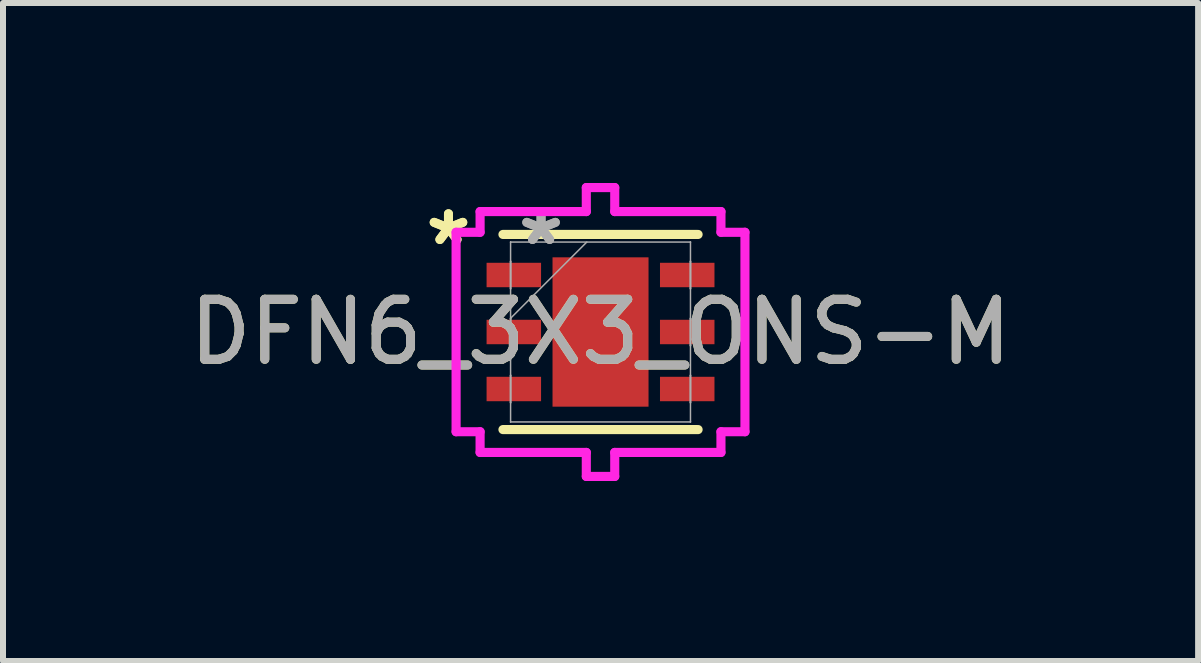
<source format=kicad_pcb>
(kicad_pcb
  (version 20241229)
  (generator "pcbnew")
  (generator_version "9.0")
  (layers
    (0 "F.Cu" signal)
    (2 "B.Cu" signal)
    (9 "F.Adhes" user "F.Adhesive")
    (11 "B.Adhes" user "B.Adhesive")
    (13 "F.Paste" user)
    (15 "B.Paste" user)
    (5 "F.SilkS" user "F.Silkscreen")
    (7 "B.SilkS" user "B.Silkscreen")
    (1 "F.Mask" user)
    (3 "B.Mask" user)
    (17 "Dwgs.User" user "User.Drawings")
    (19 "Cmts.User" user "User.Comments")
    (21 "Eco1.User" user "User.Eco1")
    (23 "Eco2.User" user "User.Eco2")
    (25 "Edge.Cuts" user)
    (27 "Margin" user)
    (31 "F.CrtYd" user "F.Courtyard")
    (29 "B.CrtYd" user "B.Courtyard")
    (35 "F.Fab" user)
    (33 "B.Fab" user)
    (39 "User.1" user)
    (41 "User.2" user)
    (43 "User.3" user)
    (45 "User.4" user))
  (footprint "DFN6_3X3_ONS-M"
    (layer "F.Cu")
    (at 6.958 2.483)
    (property "Reference" "DFN6_3X3_ONS-M" (at 0 0 0) (unlocked yes) (layer "F.SilkS") (effects (font (size 1 1) (thickness 0.15))))
    (attr smd)
    (fp_line (start -1.626 1.626) (end 1.626 1.626) (stroke (width 0.152) (type solid)) (layer "F.SilkS"))
    (fp_line (start 1.626 -1.626) (end -1.626 -1.626) (stroke (width 0.152) (type solid)) (layer "F.SilkS"))
    (fp_line (start -2.407 -1.662) (end -2.007 -1.662) (stroke (width 0.152) (type solid)) (layer "F.CrtYd"))
    (fp_line (start -2.407 1.662) (end -2.407 -1.662) (stroke (width 0.152) (type solid)) (layer "F.CrtYd"))
    (fp_line (start -2.007 -2.007) (end -0.237 -2.007) (stroke (width 0.152) (type solid)) (layer "F.CrtYd"))
    (fp_line (start -2.007 -1.662) (end -2.007 -2.007) (stroke (width 0.152) (type solid)) (layer "F.CrtYd"))
    (fp_line (start -2.007 1.662) (end -2.407 1.662) (stroke (width 0.152) (type solid)) (layer "F.CrtYd"))
    (fp_line (start -2.007 2.007) (end -2.007 1.662) (stroke (width 0.152) (type solid)) (layer "F.CrtYd"))
    (fp_line (start -0.237 -2.407) (end 0.237 -2.407) (stroke (width 0.152) (type solid)) (layer "F.CrtYd"))
    (fp_line (start -0.237 -2.007) (end -0.237 -2.407) (stroke (width 0.152) (type solid)) (layer "F.CrtYd"))
    (fp_line (start -0.237 2.007) (end -2.007 2.007) (stroke (width 0.152) (type solid)) (layer "F.CrtYd"))
    (fp_line (start -0.237 2.407) (end -0.237 2.007) (stroke (width 0.152) (type solid)) (layer "F.CrtYd"))
    (fp_line (start 0.237 -2.407) (end 0.237 -2.007) (stroke (width 0.152) (type solid)) (layer "F.CrtYd"))
    (fp_line (start 0.237 -2.007) (end 2.007 -2.007) (stroke (width 0.152) (type solid)) (layer "F.CrtYd"))
    (fp_line (start 0.237 2.007) (end 0.237 2.407) (stroke (width 0.152) (type solid)) (layer "F.CrtYd"))
    (fp_line (start 0.237 2.407) (end -0.237 2.407) (stroke (width 0.152) (type solid)) (layer "F.CrtYd"))
    (fp_line (start 2.007 -2.007) (end 2.007 -1.662) (stroke (width 0.152) (type solid)) (layer "F.CrtYd"))
    (fp_line (start 2.007 -1.662) (end 2.407 -1.662) (stroke (width 0.152) (type solid)) (layer "F.CrtYd"))
    (fp_line (start 2.007 1.662) (end 2.007 2.007) (stroke (width 0.152) (type solid)) (layer "F.CrtYd"))
    (fp_line (start 2.007 2.007) (end 0.237 2.007) (stroke (width 0.152) (type solid)) (layer "F.CrtYd"))
    (fp_line (start 2.407 -1.662) (end 2.407 1.662) (stroke (width 0.152) (type solid)) (layer "F.CrtYd"))
    (fp_line (start 2.407 1.662) (end 2.007 1.662) (stroke (width 0.152) (type solid)) (layer "F.CrtYd"))
    (fp_line (start -1.499 -1.499) (end -1.499 -1.499) (stroke (width 0.025) (type solid)) (layer "F.Fab"))
    (fp_line (start -1.499 -1.499) (end -1.499 1.499) (stroke (width 0.025) (type solid)) (layer "F.Fab"))
    (fp_line (start -1.499 -1.179) (end -1.499 -1.179) (stroke (width 0.025) (type solid)) (layer "F.Fab"))
    (fp_line (start -1.499 -1.179) (end -1.499 -0.721) (stroke (width 0.025) (type solid)) (layer "F.Fab"))
    (fp_line (start -1.499 -0.721) (end -1.499 -1.179) (stroke (width 0.025) (type solid)) (layer "F.Fab"))
    (fp_line (start -1.499 -0.721) (end -1.499 -0.721) (stroke (width 0.025) (type solid)) (layer "F.Fab"))
    (fp_line (start -1.499 -0.229) (end -1.499 -0.229) (stroke (width 0.025) (type solid)) (layer "F.Fab"))
    (fp_line (start -1.499 -0.229) (end -1.499 0.229) (stroke (width 0.025) (type solid)) (layer "F.Fab"))
    (fp_line (start -1.499 -0.229) (end -0.229 -1.499) (stroke (width 0.025) (type solid)) (layer "F.Fab"))
    (fp_line (start -1.499 0.229) (end -1.499 -0.229) (stroke (width 0.025) (type solid)) (layer "F.Fab"))
    (fp_line (start -1.499 0.229) (end -1.499 0.229) (stroke (width 0.025) (type solid)) (layer "F.Fab"))
    (fp_line (start -1.499 0.721) (end -1.499 0.721) (stroke (width 0.025) (type solid)) (layer "F.Fab"))
    (fp_line (start -1.499 0.721) (end -1.499 1.179) (stroke (width 0.025) (type solid)) (layer "F.Fab"))
    (fp_line (start -1.499 1.179) (end -1.499 0.721) (stroke (width 0.025) (type solid)) (layer "F.Fab"))
    (fp_line (start -1.499 1.179) (end -1.499 1.179) (stroke (width 0.025) (type solid)) (layer "F.Fab"))
    (fp_line (start -1.499 1.499) (end -1.499 1.499) (stroke (width 0.025) (type solid)) (layer "F.Fab"))
    (fp_line (start -1.499 1.499) (end 1.499 1.499) (stroke (width 0.025) (type solid)) (layer "F.Fab"))
    (fp_line (start 1.499 -1.499) (end -1.499 -1.499) (stroke (width 0.025) (type solid)) (layer "F.Fab"))
    (fp_line (start 1.499 -1.499) (end 1.499 -1.499) (stroke (width 0.025) (type solid)) (layer "F.Fab"))
    (fp_line (start 1.499 -1.179) (end 1.499 -1.179) (stroke (width 0.025) (type solid)) (layer "F.Fab"))
    (fp_line (start 1.499 -1.179) (end 1.499 -0.721) (stroke (width 0.025) (type solid)) (layer "F.Fab"))
    (fp_line (start 1.499 -0.721) (end 1.499 -1.179) (stroke (width 0.025) (type solid)) (layer "F.Fab"))
    (fp_line (start 1.499 -0.721) (end 1.499 -0.721) (stroke (width 0.025) (type solid)) (layer "F.Fab"))
    (fp_line (start 1.499 -0.229) (end 1.499 -0.229) (stroke (width 0.025) (type solid)) (layer "F.Fab"))
    (fp_line (start 1.499 -0.229) (end 1.499 0.229) (stroke (width 0.025) (type solid)) (layer "F.Fab"))
    (fp_line (start 1.499 0.229) (end 1.499 -0.229) (stroke (width 0.025) (type solid)) (layer "F.Fab"))
    (fp_line (start 1.499 0.229) (end 1.499 0.229) (stroke (width 0.025) (type solid)) (layer "F.Fab"))
    (fp_line (start 1.499 0.721) (end 1.499 0.721) (stroke (width 0.025) (type solid)) (layer "F.Fab"))
    (fp_line (start 1.499 0.721) (end 1.499 1.179) (stroke (width 0.025) (type solid)) (layer "F.Fab"))
    (fp_line (start 1.499 1.179) (end 1.499 0.721) (stroke (width 0.025) (type solid)) (layer "F.Fab"))
    (fp_line (start 1.499 1.179) (end 1.499 1.179) (stroke (width 0.025) (type solid)) (layer "F.Fab"))
    (fp_line (start 1.499 1.499) (end 1.499 -1.499) (stroke (width 0.025) (type solid)) (layer "F.Fab"))
    (fp_line (start 1.499 1.499) (end 1.499 1.499) (stroke (width 0.025) (type solid)) (layer "F.Fab"))
    (fp_text user "*" (at -2.534 -1.425 0) (unlocked yes) (layer "F.SilkS") (effects (font (size 1 1) (thickness 0.15))))
    (fp_text user "*" (at -2.534 -1.425 0) (layer "F.SilkS") (effects (font (size 1 1) (thickness 0.15))))
    (fp_text user "*" (at -0.991 -1.425 0) (layer "F.Fab") (effects (font (size 1 1) (thickness 0.15))))
    (fp_text user "${REFERENCE}" (at 0 0 0) (unlocked yes) (layer "F.Fab") (effects (font (size 1 1) (thickness 0.15))))
    (fp_text user "*" (at -0.991 -1.425 0) (unlocked yes) (layer "F.Fab") (effects (font (size 1 1) (thickness 0.15))))
    (pad "1" smd rect (at -1.445 -0.95 90) (size 0.407 0.908) (layers "F.Cu" "F.Mask" "F.Paste"))
    (pad "2" smd rect (at -1.445 0 90) (size 0.407 0.908) (layers "F.Cu" "F.Mask" "F.Paste"))
    (pad "3" smd rect (at -1.445 0.95 90) (size 0.407 0.908) (layers "F.Cu" "F.Mask" "F.Paste"))
    (pad "4" smd rect (at 1.445 0.95 90) (size 0.407 0.908) (layers "F.Cu" "F.Mask" "F.Paste"))
    (pad "5" smd rect (at 1.445 0 90) (size 0.407 0.908) (layers "F.Cu" "F.Mask" "F.Paste"))
    (pad "6" smd rect (at 1.445 -0.95 90) (size 0.407 0.908) (layers "F.Cu" "F.Mask" "F.Paste"))
    (pad "7" smd rect (at 0 0) (size 1.6 2.489) (layers "F.Cu" "F.Mask" "F.Paste")))
  (gr_rect
    (start -3 -3)
    (end 16.917 7.966)
    (stroke (width 0.1) (type default))
    (fill no)
    (layer "Edge.Cuts")))
</source>
